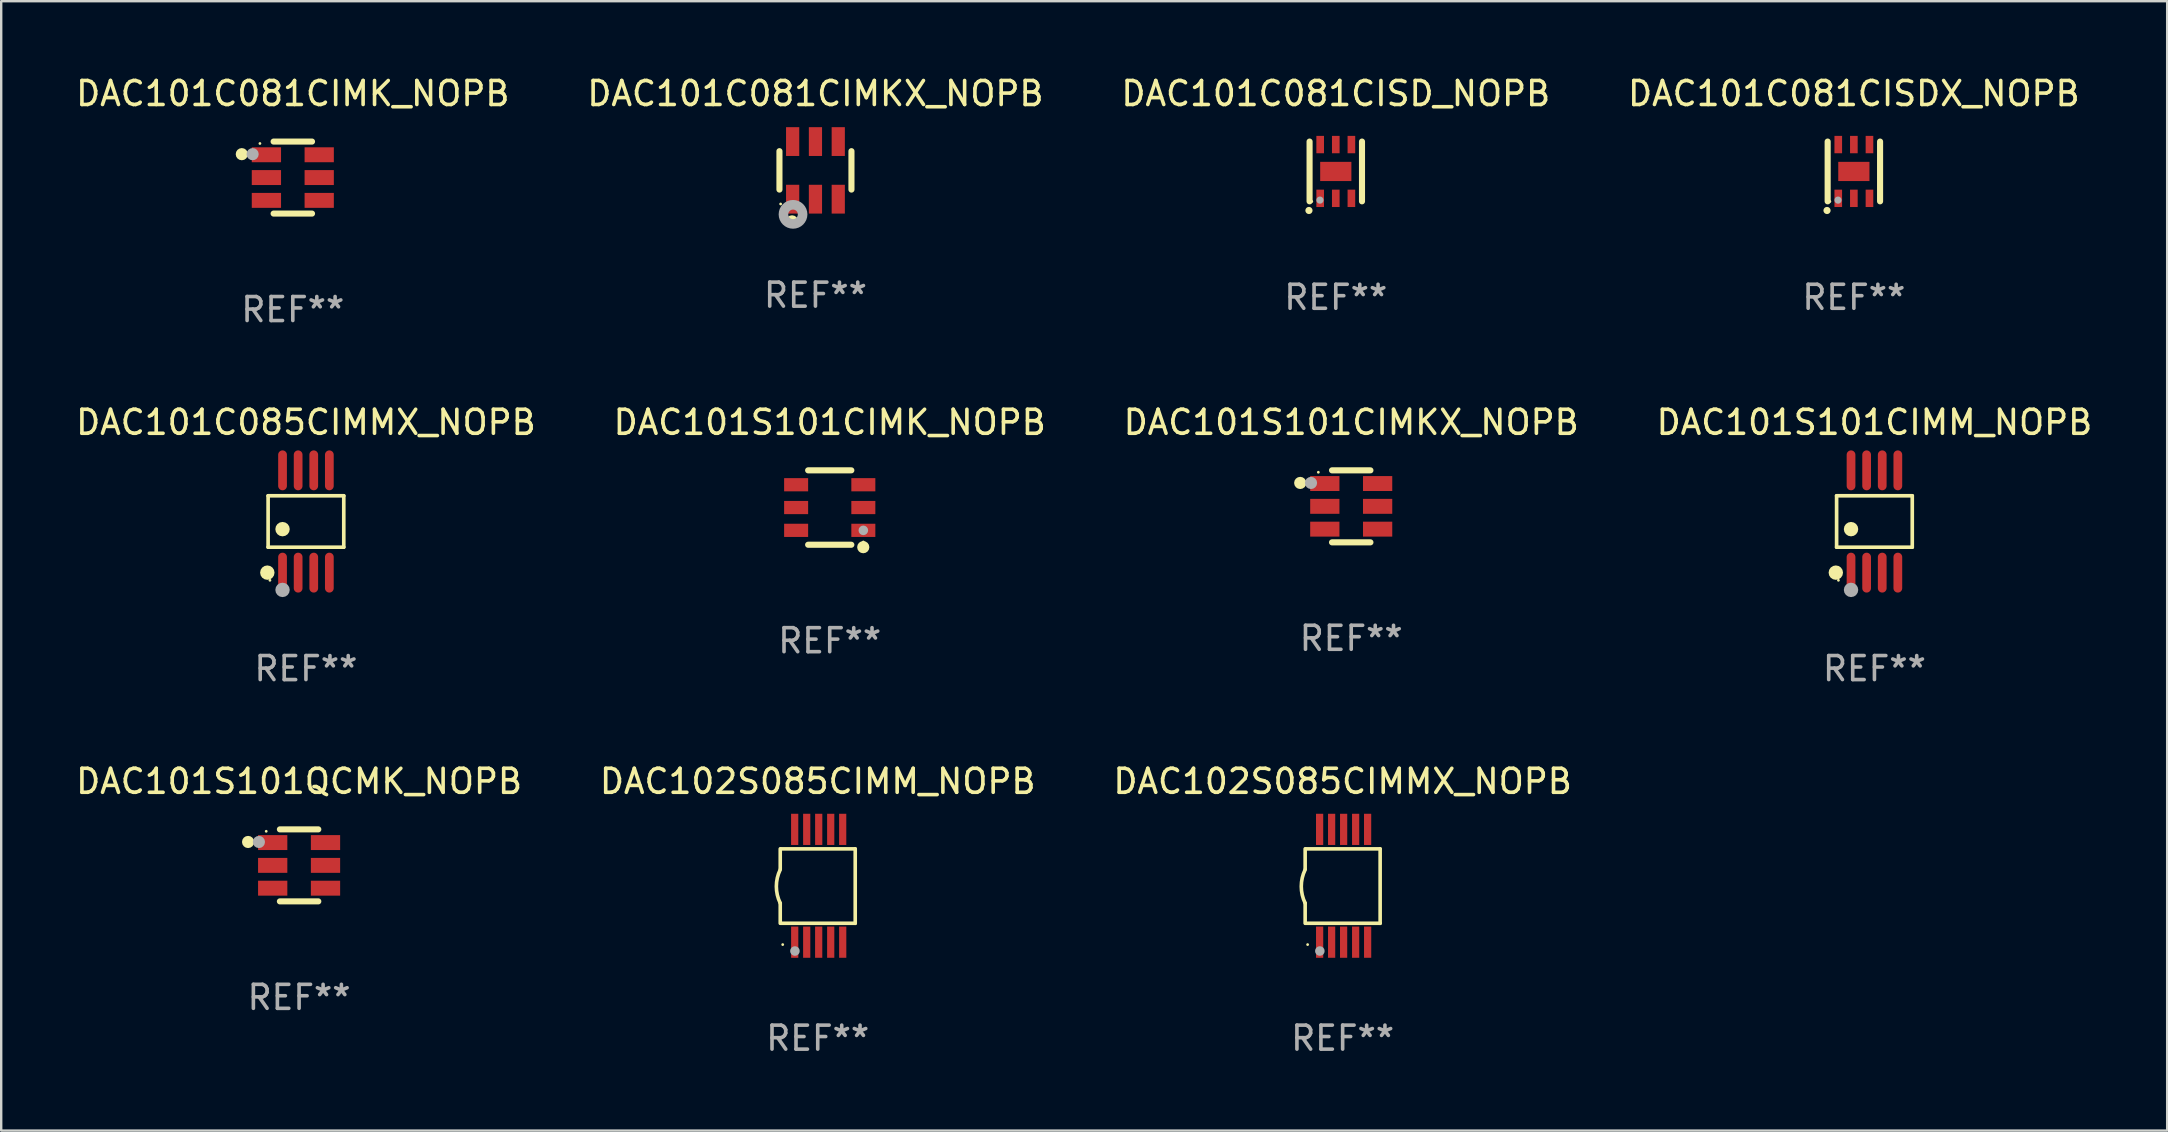
<source format=kicad_pcb>
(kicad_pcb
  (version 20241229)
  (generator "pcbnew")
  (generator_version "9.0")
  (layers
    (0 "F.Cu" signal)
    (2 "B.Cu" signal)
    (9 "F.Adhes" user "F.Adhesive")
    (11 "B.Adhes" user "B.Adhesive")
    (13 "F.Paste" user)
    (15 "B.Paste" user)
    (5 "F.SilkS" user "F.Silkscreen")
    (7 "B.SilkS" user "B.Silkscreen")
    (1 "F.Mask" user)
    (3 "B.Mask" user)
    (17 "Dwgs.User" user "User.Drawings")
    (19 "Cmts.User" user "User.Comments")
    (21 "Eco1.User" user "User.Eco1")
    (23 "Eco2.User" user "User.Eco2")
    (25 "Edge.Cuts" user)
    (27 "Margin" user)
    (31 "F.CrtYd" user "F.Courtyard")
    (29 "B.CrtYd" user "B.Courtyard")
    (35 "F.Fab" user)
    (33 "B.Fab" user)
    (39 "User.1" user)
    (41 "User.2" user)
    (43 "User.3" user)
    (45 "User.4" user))
  (footprint "DAC101C081CISD_NOPB"
    (layer "F.Cu")
    (at 52.601 4.093)
    (property "Reference" "DAC101C081CISD_NOPB" (at 0 -3.245 0) (layer "F.SilkS") (effects (font (size 1 1) (thickness 0.15))))
    (attr through_hole)
    (fp_line (start -1.092 1.245) (end -1.092 -1.245) (stroke (width 0.254) (type solid)) (layer "F.SilkS"))
    (fp_line (start 1.092 -1.245) (end 1.092 1.245) (stroke (width 0.254) (type solid)) (layer "F.SilkS"))
    (fp_circle (center -1.118 1.626) (end -1.043 1.626) (stroke (width 0.15) (type solid)) (fill no) (layer "F.SilkS"))
    (fp_circle (center -1 1.25) (end -0.97 1.25) (stroke (width 0.06) (type solid)) (fill no) (layer "F.SilkS"))
    (fp_circle (center -0.66 1.194) (end -0.585 1.194) (stroke (width 0.15) (type solid)) (fill no) (layer "F.Fab"))
    (fp_text user "REF**" (at 0 5.245 0) (layer "F.Fab") (effects (font (size 1 1) (thickness 0.15))))
    (pad "1" smd rect (at -0.65 1.12 180) (size 0.318 0.724) (layers "F.Cu" "F.Mask" "F.Paste"))
    (pad "2" smd rect (at 0 1.12 180) (size 0.318 0.724) (layers "F.Cu" "F.Mask" "F.Paste"))
    (pad "3" smd rect (at 0.65 1.12 180) (size 0.318 0.724) (layers "F.Cu" "F.Mask" "F.Paste"))
    (pad "4" smd rect (at 0.65 -1.12 180) (size 0.318 0.724) (layers "F.Cu" "F.Mask" "F.Paste"))
    (pad "5" smd rect (at 0 -1.12 180) (size 0.318 0.724) (layers "F.Cu" "F.Mask" "F.Paste"))
    (pad "6" smd rect (at -0.65 -1.12 180) (size 0.318 0.724) (layers "F.Cu" "F.Mask" "F.Paste"))
    (pad "7" smd rect (at 0 0 90) (size 0.8 1.3) (layers "F.Cu" "F.Mask" "F.Paste")))
  (footprint "DAC101S101CIMM_NOPB"
    (layer "F.Cu")
    (at 75.042 18.676)
    (property "Reference" "DAC101S101CIMM_NOPB" (at 0 -4.131 0) (layer "F.SilkS") (effects (font (size 1 1) (thickness 0.15))))
    (attr through_hole)
    (fp_line (start -1.576 -1.071) (end 1.576 -1.071) (stroke (width 0.152) (type solid)) (layer "F.SilkS"))
    (fp_line (start -1.576 1.071) (end -1.576 -1.071) (stroke (width 0.152) (type solid)) (layer "F.SilkS"))
    (fp_line (start 1.576 -1.071) (end 1.576 1.071) (stroke (width 0.152) (type solid)) (layer "F.SilkS"))
    (fp_line (start 1.576 1.071) (end -1.576 1.071) (stroke (width 0.152) (type solid)) (layer "F.SilkS"))
    (fp_circle (center -1.609 2.131) (end -1.459 2.131) (stroke (width 0.3) (type solid)) (fill no) (layer "F.SilkS"))
    (fp_circle (center -1.5 2.45) (end -1.47 2.45) (stroke (width 0.06) (type solid)) (fill no) (layer "F.SilkS"))
    (fp_circle (center -0.975 0.319) (end -0.825 0.319) (stroke (width 0.3) (type solid)) (fill no) (layer "F.SilkS"))
    (fp_circle (center -0.975 2.85) (end -0.825 2.85) (stroke (width 0.3) (type solid)) (fill no) (layer "F.Fab"))
    (fp_text user "REF**" (at 0 6.131 0) (layer "F.Fab") (effects (font (size 1 1) (thickness 0.15))))
    (pad "1" smd oval (at -0.975 2.131) (size 0.364 1.662) (layers "F.Cu" "F.Mask" "F.Paste"))
    (pad "2" smd oval (at -0.325 2.131) (size 0.364 1.662) (layers "F.Cu" "F.Mask" "F.Paste"))
    (pad "3" smd oval (at 0.325 2.131) (size 0.364 1.662) (layers "F.Cu" "F.Mask" "F.Paste"))
    (pad "4" smd oval (at 0.975 2.131) (size 0.364 1.662) (layers "F.Cu" "F.Mask" "F.Paste"))
    (pad "5" smd oval (at 0.975 -2.131) (size 0.364 1.662) (layers "F.Cu" "F.Mask" "F.Paste"))
    (pad "6" smd oval (at 0.325 -2.131) (size 0.364 1.662) (layers "F.Cu" "F.Mask" "F.Paste"))
    (pad "7" smd oval (at -0.325 -2.131) (size 0.364 1.662) (layers "F.Cu" "F.Mask" "F.Paste"))
    (pad "8" smd oval (at -0.975 -2.131) (size 0.364 1.662) (layers "F.Cu" "F.Mask" "F.Paste")))
  (footprint "DAC101S101CIMKX_NOPB"
    (layer "F.Cu")
    (at 53.244 18.045)
    (property "Reference" "DAC101S101CIMKX_NOPB" (at 0 -3.5 0) (layer "F.SilkS") (effects (font (size 1 1) (thickness 0.15))))
    (attr through_hole)
    (fp_line (start -0.8 -1.5) (end 0.8 -1.5) (stroke (width 0.254) (type solid)) (layer "F.SilkS"))
    (fp_line (start 0.8 1.5) (end -0.8 1.5) (stroke (width 0.254) (type solid)) (layer "F.SilkS"))
    (fp_circle (center -2.125 -0.975) (end -1.998 -0.975) (stroke (width 0.254) (type solid)) (fill no) (layer "F.SilkS"))
    (fp_circle (center -1.37 -1.42) (end -1.34 -1.42) (stroke (width 0.06) (type solid)) (fill no) (layer "F.SilkS"))
    (fp_circle (center -1.675 -0.975) (end -1.548 -0.975) (stroke (width 0.254) (type solid)) (fill no) (layer "F.Fab"))
    (fp_text user "REF**" (at 0 5.5 0) (layer "F.Fab") (effects (font (size 1 1) (thickness 0.15))))
    (pad "1" smd rect (at -1.1 -0.95 180) (size 1.219 0.622) (layers "F.Cu" "F.Mask" "F.Paste"))
    (pad "2" smd rect (at -1.1 -0.000152 180) (size 1.219 0.622) (layers "F.Cu" "F.Mask" "F.Paste"))
    (pad "3" smd rect (at -1.1 0.95 180) (size 1.219 0.622) (layers "F.Cu" "F.Mask" "F.Paste"))
    (pad "4" smd rect (at 1.1 0.95) (size 1.219 0.622) (layers "F.Cu" "F.Mask" "F.Paste"))
    (pad "5" smd rect (at 1.1 -0.000152) (size 1.219 0.622) (layers "F.Cu" "F.Mask" "F.Paste"))
    (pad "6" smd rect (at 1.1 -0.95) (size 1.219 0.622) (layers "F.Cu" "F.Mask" "F.Paste")))
  (footprint "DAC101C081CIMKX_NOPB"
    (layer "F.Cu")
    (at 30.923 4.048)
    (property "Reference" "DAC101C081CIMKX_NOPB" (at 0 -3.2 0) (layer "F.SilkS") (effects (font (size 1 1) (thickness 0.15))))
    (attr through_hole)
    (fp_line (start -1.5 0.8) (end -1.5 -0.8) (stroke (width 0.254) (type solid)) (layer "F.SilkS"))
    (fp_line (start 1.5 -0.8) (end 1.5 0.8) (stroke (width 0.254) (type solid)) (layer "F.SilkS"))
    (fp_circle (center -1.45 1.4) (end -1.42 1.4) (stroke (width 0.06) (type solid)) (fill no) (layer "F.SilkS"))
    (fp_circle (center -0.975 2.125) (end -0.848 2.125) (stroke (width 0.254) (type solid)) (fill no) (layer "F.SilkS"))
    (fp_circle (center -0.934 1.832) (end -0.735 1.832) (stroke (width 0.4) (type solid)) (fill no) (layer "F.Fab"))
    (fp_text user "REF**" (at 0 5.2 0) (layer "F.Fab") (effects (font (size 1 1) (thickness 0.15))))
    (pad "1" smd rect (at -0.95 1.2) (size 0.55 1.2) (layers "F.Cu" "F.Mask" "F.Paste"))
    (pad "2" smd rect (at 0 1.2) (size 0.55 1.2) (layers "F.Cu" "F.Mask" "F.Paste"))
    (pad "3" smd rect (at 0.95 1.2) (size 0.55 1.2) (layers "F.Cu" "F.Mask" "F.Paste"))
    (pad "4" smd rect (at 0.95 -1.2) (size 0.55 1.2) (layers "F.Cu" "F.Mask" "F.Paste"))
    (pad "5" smd rect (at 0 -1.2) (size 0.55 1.2) (layers "F.Cu" "F.Mask" "F.Paste"))
    (pad "6" smd rect (at -0.95 -1.2) (size 0.55 1.2) (layers "F.Cu" "F.Mask" "F.Paste")))
  (footprint "DAC102S085CIMMX_NOPB"
    (layer "F.Cu")
    (at 52.887 33.853)
    (property "Reference" "DAC102S085CIMMX_NOPB" (at 0 -4.35 0) (layer "F.SilkS") (effects (font (size 1 1) (thickness 0.15))))
    (attr through_hole)
    (fp_line (start -1.562 -1.537) (end -1.562 -0.698) (stroke (width 0.15) (type solid)) (layer "F.SilkS"))
    (fp_line (start -1.562 0.724) (end -1.562 1.562) (stroke (width 0.15) (type solid)) (layer "F.SilkS"))
    (fp_line (start -1.538 -1.537) (end 1.562 -1.537) (stroke (width 0.15) (type solid)) (layer "F.SilkS"))
    (fp_line (start -1.538 1.562) (end 1.562 1.562) (stroke (width 0.15) (type solid)) (layer "F.SilkS"))
    (fp_line (start 1.562 1.564) (end 1.562 -1.537) (stroke (width 0.15) (type solid)) (layer "F.SilkS"))
    (fp_arc (start -1.562103 0.724079) (mid -1.723579 0.025578) (end -1.562103 -0.672924) (stroke (width 0.150013) (type solid)) (layer "F.SilkS"))
    (fp_circle (center -1.459 2.45) (end -1.429 2.45) (stroke (width 0.06) (type solid)) (fill no) (layer "F.SilkS"))
    (fp_circle (center -0.95 2.718) (end -0.85 2.718) (stroke (width 0.2) (type solid)) (fill no) (layer "F.Fab"))
    (fp_text user "REF**" (at 0 6.35 0) (layer "F.Fab") (effects (font (size 1 1) (thickness 0.15))))
    (pad "1" smd rect (at -0.959 2.35) (size 0.3 1.3) (layers "F.Cu" "F.Mask" "F.Paste"))
    (pad "2" smd rect (at -0.459 2.35) (size 0.3 1.3) (layers "F.Cu" "F.Mask" "F.Paste"))
    (pad "3" smd rect (at 0.04 2.35) (size 0.3 1.3) (layers "F.Cu" "F.Mask" "F.Paste"))
    (pad "4" smd rect (at 0.541 2.35) (size 0.3 1.3) (layers "F.Cu" "F.Mask" "F.Paste"))
    (pad "5" smd rect (at 1.041 2.35) (size 0.3 1.3) (layers "F.Cu" "F.Mask" "F.Paste"))
    (pad "6" smd rect (at 1.04 -2.35) (size 0.3 1.3) (layers "F.Cu" "F.Mask" "F.Paste"))
    (pad "7" smd rect (at 0.541 -2.35) (size 0.3 1.3) (layers "F.Cu" "F.Mask" "F.Paste"))
    (pad "8" smd rect (at 0.041 -2.35) (size 0.3 1.3) (layers "F.Cu" "F.Mask" "F.Paste"))
    (pad "9" smd rect (at -0.459 -2.35) (size 0.3 1.3) (layers "F.Cu" "F.Mask" "F.Paste"))
    (pad "10" smd rect (at -0.96 -2.35) (size 0.3 1.3) (layers "F.Cu" "F.Mask" "F.Paste")))
  (footprint "DAC102S085CIMM_NOPB"
    (layer "F.Cu")
    (at 31.018 33.853)
    (property "Reference" "DAC102S085CIMM_NOPB" (at 0 -4.35 0) (layer "F.SilkS") (effects (font (size 1 1) (thickness 0.15))))
    (attr through_hole)
    (fp_line (start -1.562 -1.537) (end -1.562 -0.698) (stroke (width 0.15) (type solid)) (layer "F.SilkS"))
    (fp_line (start -1.562 0.724) (end -1.562 1.562) (stroke (width 0.15) (type solid)) (layer "F.SilkS"))
    (fp_line (start -1.538 -1.537) (end 1.562 -1.537) (stroke (width 0.15) (type solid)) (layer "F.SilkS"))
    (fp_line (start -1.538 1.562) (end 1.562 1.562) (stroke (width 0.15) (type solid)) (layer "F.SilkS"))
    (fp_line (start 1.562 1.564) (end 1.562 -1.537) (stroke (width 0.15) (type solid)) (layer "F.SilkS"))
    (fp_arc (start -1.562103 0.724079) (mid -1.723579 0.025578) (end -1.562103 -0.672924) (stroke (width 0.150013) (type solid)) (layer "F.SilkS"))
    (fp_circle (center -1.459 2.45) (end -1.429 2.45) (stroke (width 0.06) (type solid)) (fill no) (layer "F.SilkS"))
    (fp_circle (center -0.95 2.718) (end -0.85 2.718) (stroke (width 0.2) (type solid)) (fill no) (layer "F.Fab"))
    (fp_text user "REF**" (at 0 6.35 0) (layer "F.Fab") (effects (font (size 1 1) (thickness 0.15))))
    (pad "1" smd rect (at -0.959 2.35) (size 0.3 1.3) (layers "F.Cu" "F.Mask" "F.Paste"))
    (pad "2" smd rect (at -0.459 2.35) (size 0.3 1.3) (layers "F.Cu" "F.Mask" "F.Paste"))
    (pad "3" smd rect (at 0.04 2.35) (size 0.3 1.3) (layers "F.Cu" "F.Mask" "F.Paste"))
    (pad "4" smd rect (at 0.541 2.35) (size 0.3 1.3) (layers "F.Cu" "F.Mask" "F.Paste"))
    (pad "5" smd rect (at 1.041 2.35) (size 0.3 1.3) (layers "F.Cu" "F.Mask" "F.Paste"))
    (pad "6" smd rect (at 1.04 -2.35) (size 0.3 1.3) (layers "F.Cu" "F.Mask" "F.Paste"))
    (pad "7" smd rect (at 0.541 -2.35) (size 0.3 1.3) (layers "F.Cu" "F.Mask" "F.Paste"))
    (pad "8" smd rect (at 0.041 -2.35) (size 0.3 1.3) (layers "F.Cu" "F.Mask" "F.Paste"))
    (pad "9" smd rect (at -0.459 -2.35) (size 0.3 1.3) (layers "F.Cu" "F.Mask" "F.Paste"))
    (pad "10" smd rect (at -0.96 -2.35) (size 0.3 1.3) (layers "F.Cu" "F.Mask" "F.Paste")))
  (footprint "DAC101C081CIMK_NOPB"
    (layer "F.Cu")
    (at 9.149 4.348)
    (property "Reference" "DAC101C081CIMK_NOPB" (at 0 -3.5 0) (layer "F.SilkS") (effects (font (size 1 1) (thickness 0.15))))
    (attr through_hole)
    (fp_line (start -0.8 -1.5) (end 0.8 -1.5) (stroke (width 0.254) (type solid)) (layer "F.SilkS"))
    (fp_line (start 0.8 1.5) (end -0.8 1.5) (stroke (width 0.254) (type solid)) (layer "F.SilkS"))
    (fp_circle (center -2.125 -0.975) (end -1.998 -0.975) (stroke (width 0.254) (type solid)) (fill no) (layer "F.SilkS"))
    (fp_circle (center -1.37 -1.42) (end -1.34 -1.42) (stroke (width 0.06) (type solid)) (fill no) (layer "F.SilkS"))
    (fp_circle (center -1.675 -0.975) (end -1.548 -0.975) (stroke (width 0.254) (type solid)) (fill no) (layer "F.Fab"))
    (fp_text user "REF**" (at 0 5.5 0) (layer "F.Fab") (effects (font (size 1 1) (thickness 0.15))))
    (pad "1" smd rect (at -1.1 -0.95 180) (size 1.219 0.622) (layers "F.Cu" "F.Mask" "F.Paste"))
    (pad "2" smd rect (at -1.1 -0.000152 180) (size 1.219 0.622) (layers "F.Cu" "F.Mask" "F.Paste"))
    (pad "3" smd rect (at -1.1 0.95 180) (size 1.219 0.622) (layers "F.Cu" "F.Mask" "F.Paste"))
    (pad "4" smd rect (at 1.1 0.95) (size 1.219 0.622) (layers "F.Cu" "F.Mask" "F.Paste"))
    (pad "5" smd rect (at 1.1 -0.000152) (size 1.219 0.622) (layers "F.Cu" "F.Mask" "F.Paste"))
    (pad "6" smd rect (at 1.1 -0.95) (size 1.219 0.622) (layers "F.Cu" "F.Mask" "F.Paste")))
  (footprint "DAC101S101CIMK_NOPB"
    (layer "F.Cu")
    (at 31.518 18.095)
    (property "Reference" "DAC101S101CIMK_NOPB" (at 0 -3.55 0) (layer "F.SilkS") (effects (font (size 1 1) (thickness 0.15))))
    (attr through_hole)
    (fp_line (start -0.9 -1.55) (end 0.9 -1.55) (stroke (width 0.254) (type solid)) (layer "F.SilkS"))
    (fp_line (start -0.9 1.55) (end 0.9 1.55) (stroke (width 0.254) (type solid)) (layer "F.SilkS"))
    (fp_circle (center 1.397 1.651) (end 1.524 1.651) (stroke (width 0.254) (type solid)) (fill no) (layer "F.SilkS"))
    (fp_circle (center 1.4 1.435) (end 1.43 1.435) (stroke (width 0.06) (type solid)) (fill no) (layer "F.SilkS"))
    (fp_circle (center 1.4 0.95) (end 1.5 0.95) (stroke (width 0.2) (type solid)) (fill no) (layer "F.Fab"))
    (fp_text user "REF**" (at 0 5.55 0) (layer "F.Fab") (effects (font (size 1 1) (thickness 0.15))))
    (pad "1" smd rect (at 1.4 0.95) (size 1 0.55) (layers "F.Cu" "F.Mask" "F.Paste"))
    (pad "2" smd rect (at 1.4 -0.000102) (size 1 0.55) (layers "F.Cu" "F.Mask" "F.Paste"))
    (pad "3" smd rect (at 1.4 -0.95) (size 1 0.55) (layers "F.Cu" "F.Mask" "F.Paste"))
    (pad "4" smd rect (at -1.4 -0.95) (size 1 0.55) (layers "F.Cu" "F.Mask" "F.Paste"))
    (pad "5" smd rect (at -1.4 -0.000102) (size 1 0.55) (layers "F.Cu" "F.Mask" "F.Paste"))
    (pad "6" smd rect (at -1.4 0.95) (size 1 0.55) (layers "F.Cu" "F.Mask" "F.Paste")))
  (footprint "DAC101C081CISDX_NOPB"
    (layer "F.Cu")
    (at 74.185 4.093)
    (property "Reference" "DAC101C081CISDX_NOPB" (at 0 -3.245 0) (layer "F.SilkS") (effects (font (size 1 1) (thickness 0.15))))
    (attr through_hole)
    (fp_line (start -1.092 1.245) (end -1.092 -1.245) (stroke (width 0.254) (type solid)) (layer "F.SilkS"))
    (fp_line (start 1.092 -1.245) (end 1.092 1.245) (stroke (width 0.254) (type solid)) (layer "F.SilkS"))
    (fp_circle (center -1.118 1.626) (end -1.043 1.626) (stroke (width 0.15) (type solid)) (fill no) (layer "F.SilkS"))
    (fp_circle (center -1 1.25) (end -0.97 1.25) (stroke (width 0.06) (type solid)) (fill no) (layer "F.SilkS"))
    (fp_circle (center -0.66 1.194) (end -0.585 1.194) (stroke (width 0.15) (type solid)) (fill no) (layer "F.Fab"))
    (fp_text user "REF**" (at 0 5.245 0) (layer "F.Fab") (effects (font (size 1 1) (thickness 0.15))))
    (pad "1" smd rect (at -0.65 1.12 180) (size 0.318 0.724) (layers "F.Cu" "F.Mask" "F.Paste"))
    (pad "2" smd rect (at 0 1.12 180) (size 0.318 0.724) (layers "F.Cu" "F.Mask" "F.Paste"))
    (pad "3" smd rect (at 0.65 1.12 180) (size 0.318 0.724) (layers "F.Cu" "F.Mask" "F.Paste"))
    (pad "4" smd rect (at 0.65 -1.12 180) (size 0.318 0.724) (layers "F.Cu" "F.Mask" "F.Paste"))
    (pad "5" smd rect (at 0 -1.12 180) (size 0.318 0.724) (layers "F.Cu" "F.Mask" "F.Paste"))
    (pad "6" smd rect (at -0.65 -1.12 180) (size 0.318 0.724) (layers "F.Cu" "F.Mask" "F.Paste"))
    (pad "7" smd rect (at 0 0 90) (size 0.8 1.3) (layers "F.Cu" "F.Mask" "F.Paste")))
  (footprint "DAC101C085CIMMX_NOPB"
    (layer "F.Cu")
    (at 9.696 18.676)
    (property "Reference" "DAC101C085CIMMX_NOPB" (at 0 -4.131 0) (layer "F.SilkS") (effects (font (size 1 1) (thickness 0.15))))
    (attr through_hole)
    (fp_line (start -1.576 -1.071) (end 1.576 -1.071) (stroke (width 0.152) (type solid)) (layer "F.SilkS"))
    (fp_line (start -1.576 1.071) (end -1.576 -1.071) (stroke (width 0.152) (type solid)) (layer "F.SilkS"))
    (fp_line (start 1.576 -1.071) (end 1.576 1.071) (stroke (width 0.152) (type solid)) (layer "F.SilkS"))
    (fp_line (start 1.576 1.071) (end -1.576 1.071) (stroke (width 0.152) (type solid)) (layer "F.SilkS"))
    (fp_circle (center -1.609 2.131) (end -1.459 2.131) (stroke (width 0.3) (type solid)) (fill no) (layer "F.SilkS"))
    (fp_circle (center -1.5 2.45) (end -1.47 2.45) (stroke (width 0.06) (type solid)) (fill no) (layer "F.SilkS"))
    (fp_circle (center -0.975 0.319) (end -0.825 0.319) (stroke (width 0.3) (type solid)) (fill no) (layer "F.SilkS"))
    (fp_circle (center -0.975 2.85) (end -0.825 2.85) (stroke (width 0.3) (type solid)) (fill no) (layer "F.Fab"))
    (fp_text user "REF**" (at 0 6.131 0) (layer "F.Fab") (effects (font (size 1 1) (thickness 0.15))))
    (pad "1" smd oval (at -0.975 2.131) (size 0.364 1.662) (layers "F.Cu" "F.Mask" "F.Paste"))
    (pad "2" smd oval (at -0.325 2.131) (size 0.364 1.662) (layers "F.Cu" "F.Mask" "F.Paste"))
    (pad "3" smd oval (at 0.325 2.131) (size 0.364 1.662) (layers "F.Cu" "F.Mask" "F.Paste"))
    (pad "4" smd oval (at 0.975 2.131) (size 0.364 1.662) (layers "F.Cu" "F.Mask" "F.Paste"))
    (pad "5" smd oval (at 0.975 -2.131) (size 0.364 1.662) (layers "F.Cu" "F.Mask" "F.Paste"))
    (pad "6" smd oval (at 0.325 -2.131) (size 0.364 1.662) (layers "F.Cu" "F.Mask" "F.Paste"))
    (pad "7" smd oval (at -0.325 -2.131) (size 0.364 1.662) (layers "F.Cu" "F.Mask" "F.Paste"))
    (pad "8" smd oval (at -0.975 -2.131) (size 0.364 1.662) (layers "F.Cu" "F.Mask" "F.Paste")))
  (footprint "DAC101S101QCMK_NOPB"
    (layer "F.Cu")
    (at 9.411 33.003)
    (property "Reference" "DAC101S101QCMK_NOPB" (at 0 -3.5 0) (layer "F.SilkS") (effects (font (size 1 1) (thickness 0.15))))
    (attr through_hole)
    (fp_line (start -0.8 -1.5) (end 0.8 -1.5) (stroke (width 0.254) (type solid)) (layer "F.SilkS"))
    (fp_line (start 0.8 1.5) (end -0.8 1.5) (stroke (width 0.254) (type solid)) (layer "F.SilkS"))
    (fp_circle (center -2.125 -0.975) (end -1.998 -0.975) (stroke (width 0.254) (type solid)) (fill no) (layer "F.SilkS"))
    (fp_circle (center -1.37 -1.42) (end -1.34 -1.42) (stroke (width 0.06) (type solid)) (fill no) (layer "F.SilkS"))
    (fp_circle (center -1.675 -0.975) (end -1.548 -0.975) (stroke (width 0.254) (type solid)) (fill no) (layer "F.Fab"))
    (fp_text user "REF**" (at 0 5.5 0) (layer "F.Fab") (effects (font (size 1 1) (thickness 0.15))))
    (pad "1" smd rect (at -1.1 -0.95 180) (size 1.219 0.622) (layers "F.Cu" "F.Mask" "F.Paste"))
    (pad "2" smd rect (at -1.1 -0.000152 180) (size 1.219 0.622) (layers "F.Cu" "F.Mask" "F.Paste"))
    (pad "3" smd rect (at -1.1 0.95 180) (size 1.219 0.622) (layers "F.Cu" "F.Mask" "F.Paste"))
    (pad "4" smd rect (at 1.1 0.95) (size 1.219 0.622) (layers "F.Cu" "F.Mask" "F.Paste"))
    (pad "5" smd rect (at 1.1 -0.000152) (size 1.219 0.622) (layers "F.Cu" "F.Mask" "F.Paste"))
    (pad "6" smd rect (at 1.1 -0.95) (size 1.219 0.622) (layers "F.Cu" "F.Mask" "F.Paste")))
  (gr_rect
    (start -3 -3)
    (end 87.238 44.052)
    (stroke (width 0.1) (type default))
    (fill no)
    (layer "Edge.Cuts")))
</source>
